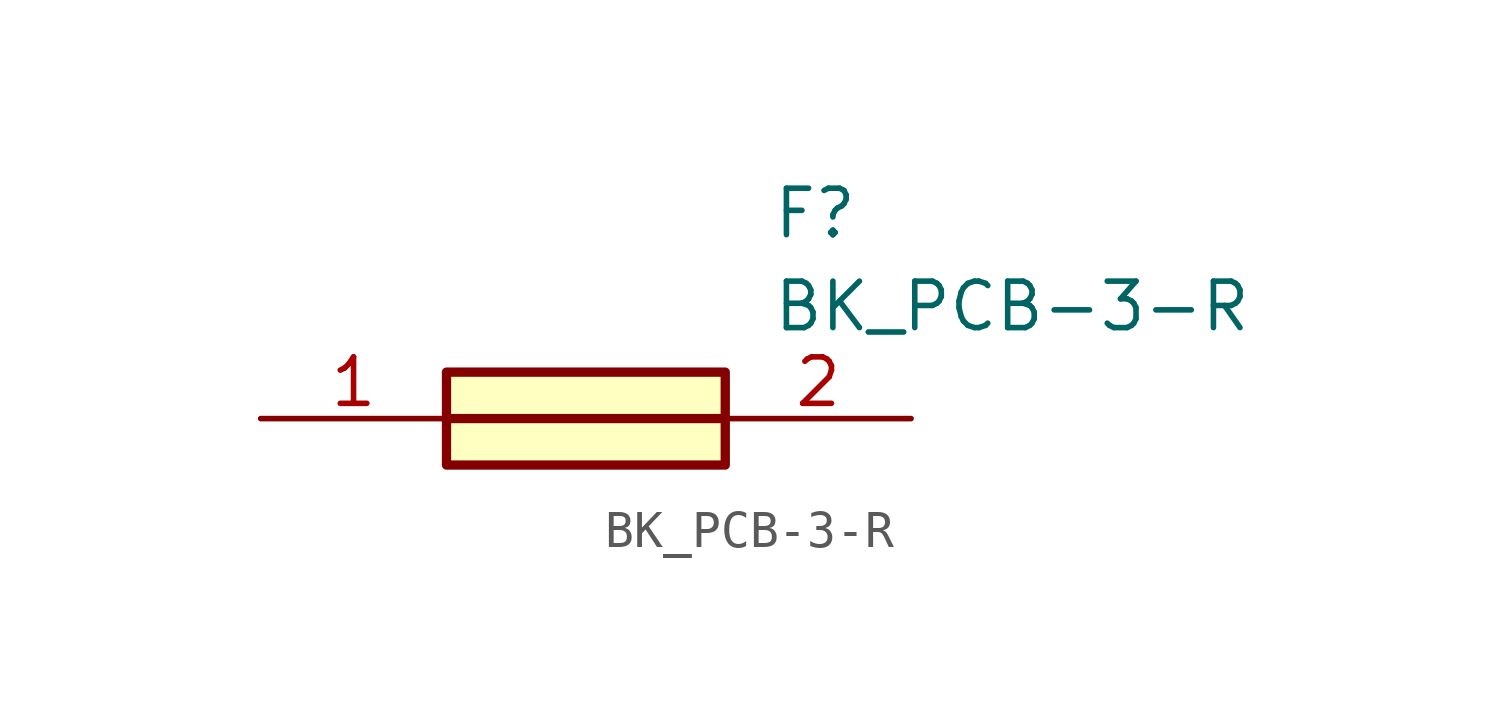
<source format=kicad_sym>
(kicad_symbol_lib
  (version 20211014)
  (generator SamacSys_ECAD_Model)
  (symbol "BK_PCB-3-R"
    (pin_names hide)
    (property "Reference" "F"
      (at 13.97 6.35 0)
      (effects (font (size 1.27 1.27)) (justify left top)))
    (property "Value" "BK_PCB-3-R"
      (at 13.97 3.81 0)
      (effects (font (size 1.27 1.27)) (justify left top)))
    (rectangle
      (start 5.08 1.27)
      (end 12.7 -1.27)
      (stroke (width 0.254) (type default))
      (fill (type background)))
    (polyline
      (pts (xy 5.08 0) (xy 12.7 0))
      (stroke (width 0.254) (type default))
      (fill (type none)))
    (pin passive line
      (at 0 0 0)
      (length 5.08)
      (name "1" (effects (font (size 1.27 1.27))))
      (number "1" (effects (font (size 1.27 1.27)))))
    (pin passive line
      (at 17.78 0 180)
      (length 5.08)
      (name "2" (effects (font (size 1.27 1.27))))
      (number "2" (effects (font (size 1.27 1.27)))))))
</source>
